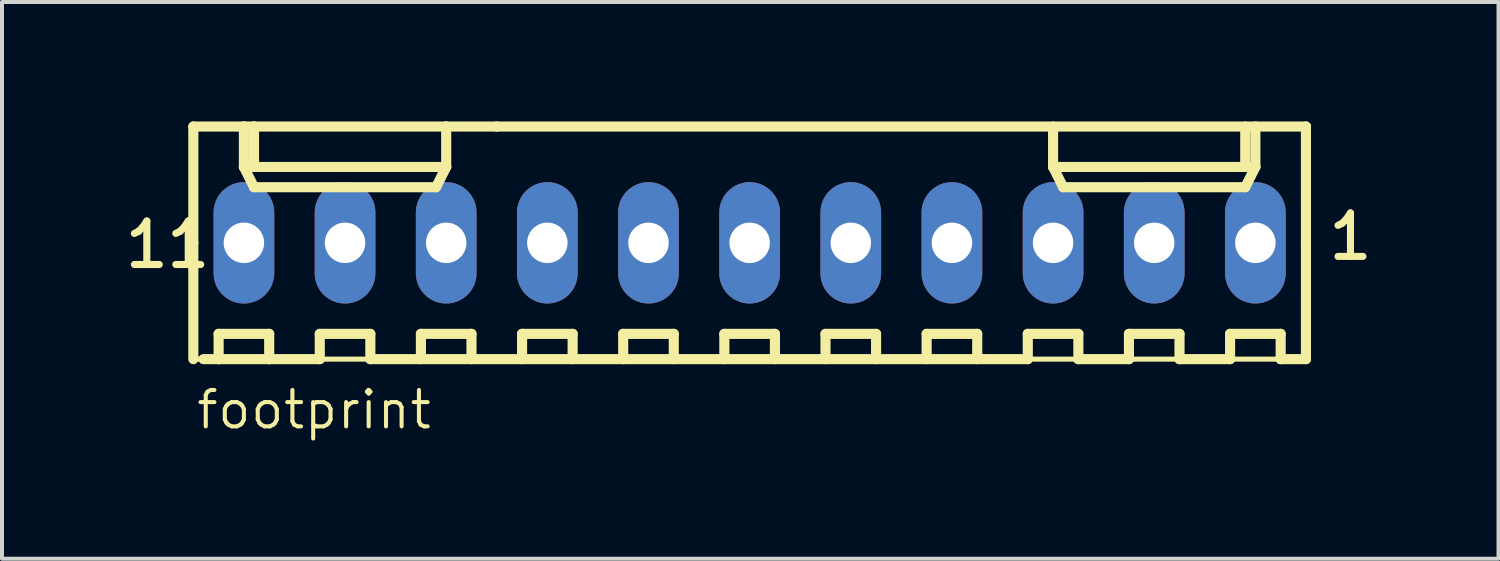
<source format=kicad_pcb>
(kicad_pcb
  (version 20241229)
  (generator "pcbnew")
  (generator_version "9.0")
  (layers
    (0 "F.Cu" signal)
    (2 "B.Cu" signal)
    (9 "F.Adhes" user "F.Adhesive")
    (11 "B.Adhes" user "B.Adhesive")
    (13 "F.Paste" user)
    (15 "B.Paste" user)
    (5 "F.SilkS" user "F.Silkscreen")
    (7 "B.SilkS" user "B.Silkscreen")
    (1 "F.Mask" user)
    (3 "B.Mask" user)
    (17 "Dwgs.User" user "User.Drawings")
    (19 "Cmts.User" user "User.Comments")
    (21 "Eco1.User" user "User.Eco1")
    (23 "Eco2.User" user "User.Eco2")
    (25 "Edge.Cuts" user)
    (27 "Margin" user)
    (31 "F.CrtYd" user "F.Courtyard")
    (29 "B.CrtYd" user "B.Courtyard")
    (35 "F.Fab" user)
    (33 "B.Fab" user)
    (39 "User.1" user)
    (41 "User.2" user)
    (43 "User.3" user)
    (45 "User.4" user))
  (footprint "footprint"
    (layer "F.Cu")
    (at 15.775 3.048)
    (property "Reference" "footprint" (at -13.943 4.726 0) (layer "F.SilkS") (effects (font (size 0.914 0.914) (thickness 0.102)) (justify left bottom)))
    (fp_line (start -13.97 -2.921) (end -12.7 -2.921) (stroke (width 0.254) (type solid)) (layer "F.SilkS"))
    (fp_line (start -13.97 0) (end -13.97 -2.921) (stroke (width 0.254) (type solid)) (layer "F.SilkS"))
    (fp_line (start -13.97 0) (end -13.97 2.921) (stroke (width 0.254) (type solid)) (layer "F.SilkS"))
    (fp_line (start -13.97 2.921) (end -9.017 2.921) (stroke (width 0.127) (type solid)) (layer "F.SilkS"))
    (fp_line (start -13.716 2.921) (end -13.335 2.921) (stroke (width 0.254) (type solid)) (layer "F.SilkS"))
    (fp_line (start -13.335 2.286) (end -12.065 2.286) (stroke (width 0.254) (type solid)) (layer "F.SilkS"))
    (fp_line (start -13.335 2.921) (end -13.335 2.286) (stroke (width 0.254) (type solid)) (layer "F.SilkS"))
    (fp_line (start -12.7 -2.921) (end -12.446 -2.921) (stroke (width 0.254) (type solid)) (layer "F.SilkS"))
    (fp_line (start -12.7 -2.54) (end -12.7 -2.921) (stroke (width 0.127) (type solid)) (layer "F.SilkS"))
    (fp_line (start -12.7 -1.905) (end -12.7 -2.921) (stroke (width 0.254) (type solid)) (layer "F.SilkS"))
    (fp_line (start -12.7 -1.905) (end -12.446 -1.905) (stroke (width 0.254) (type solid)) (layer "F.SilkS"))
    (fp_line (start -12.7 -1.905) (end -12.446 -1.397) (stroke (width 0.254) (type solid)) (layer "F.SilkS"))
    (fp_line (start -12.446 -2.921) (end -12.446 -1.905) (stroke (width 0.254) (type solid)) (layer "F.SilkS"))
    (fp_line (start -12.446 -2.921) (end -7.62 -2.921) (stroke (width 0.254) (type solid)) (layer "F.SilkS"))
    (fp_line (start -12.446 -1.905) (end -7.62 -1.905) (stroke (width 0.254) (type solid)) (layer "F.SilkS"))
    (fp_line (start -12.446 -1.397) (end -7.874 -1.397) (stroke (width 0.254) (type solid)) (layer "F.SilkS"))
    (fp_line (start -12.065 2.286) (end -12.065 2.921) (stroke (width 0.254) (type solid)) (layer "F.SilkS"))
    (fp_line (start -12.065 2.921) (end -13.335 2.921) (stroke (width 0.254) (type solid)) (layer "F.SilkS"))
    (fp_line (start -12.065 2.921) (end -10.795 2.921) (stroke (width 0.254) (type solid)) (layer "F.SilkS"))
    (fp_line (start -10.795 2.286) (end -9.525 2.286) (stroke (width 0.254) (type solid)) (layer "F.SilkS"))
    (fp_line (start -10.795 2.921) (end -10.795 2.286) (stroke (width 0.254) (type solid)) (layer "F.SilkS"))
    (fp_line (start -9.525 2.286) (end -9.525 2.921) (stroke (width 0.254) (type solid)) (layer "F.SilkS"))
    (fp_line (start -9.525 2.921) (end 6.985 2.921) (stroke (width 0.254) (type solid)) (layer "F.SilkS"))
    (fp_line (start -8.255 2.286) (end -6.985 2.286) (stroke (width 0.254) (type solid)) (layer "F.SilkS"))
    (fp_line (start -8.255 2.921) (end -8.255 2.286) (stroke (width 0.254) (type solid)) (layer "F.SilkS"))
    (fp_line (start -7.874 -1.397) (end -7.62 -1.905) (stroke (width 0.254) (type solid)) (layer "F.SilkS"))
    (fp_line (start -7.62 -2.921) (end -6.35 -2.921) (stroke (width 0.254) (type solid)) (layer "F.SilkS"))
    (fp_line (start -7.62 -1.905) (end -7.62 -2.921) (stroke (width 0.254) (type solid)) (layer "F.SilkS"))
    (fp_line (start -6.985 2.286) (end -6.985 2.921) (stroke (width 0.254) (type solid)) (layer "F.SilkS"))
    (fp_line (start -5.715 2.286) (end -4.445 2.286) (stroke (width 0.254) (type solid)) (layer "F.SilkS"))
    (fp_line (start -5.715 2.921) (end -5.715 2.286) (stroke (width 0.254) (type solid)) (layer "F.SilkS"))
    (fp_line (start -4.445 2.286) (end -4.445 2.921) (stroke (width 0.254) (type solid)) (layer "F.SilkS"))
    (fp_line (start -3.175 2.286) (end -1.905 2.286) (stroke (width 0.254) (type solid)) (layer "F.SilkS"))
    (fp_line (start -3.175 2.921) (end -3.175 2.286) (stroke (width 0.254) (type solid)) (layer "F.SilkS"))
    (fp_line (start -1.905 2.286) (end -1.905 2.921) (stroke (width 0.254) (type solid)) (layer "F.SilkS"))
    (fp_line (start -0.635 2.286) (end 0.635 2.286) (stroke (width 0.254) (type solid)) (layer "F.SilkS"))
    (fp_line (start -0.635 2.921) (end -0.635 2.286) (stroke (width 0.254) (type solid)) (layer "F.SilkS"))
    (fp_line (start 0.635 2.286) (end 0.635 2.921) (stroke (width 0.254) (type solid)) (layer "F.SilkS"))
    (fp_line (start 1.905 2.286) (end 3.175 2.286) (stroke (width 0.254) (type solid)) (layer "F.SilkS"))
    (fp_line (start 1.905 2.921) (end 1.905 2.286) (stroke (width 0.254) (type solid)) (layer "F.SilkS"))
    (fp_line (start 3.175 2.286) (end 3.175 2.921) (stroke (width 0.254) (type solid)) (layer "F.SilkS"))
    (fp_line (start 4.445 2.286) (end 5.715 2.286) (stroke (width 0.254) (type solid)) (layer "F.SilkS"))
    (fp_line (start 4.445 2.921) (end 4.445 2.286) (stroke (width 0.254) (type solid)) (layer "F.SilkS"))
    (fp_line (start 5.715 2.286) (end 5.715 2.921) (stroke (width 0.254) (type solid)) (layer "F.SilkS"))
    (fp_line (start 6.985 2.286) (end 8.255 2.286) (stroke (width 0.254) (type solid)) (layer "F.SilkS"))
    (fp_line (start 6.985 2.921) (end 6.985 2.286) (stroke (width 0.254) (type solid)) (layer "F.SilkS"))
    (fp_line (start 7.62 -1.905) (end 7.62 -2.921) (stroke (width 0.254) (type solid)) (layer "F.SilkS"))
    (fp_line (start 7.62 -1.905) (end 7.874 -1.397) (stroke (width 0.254) (type solid)) (layer "F.SilkS"))
    (fp_line (start 7.62 -1.905) (end 12.446 -1.905) (stroke (width 0.254) (type solid)) (layer "F.SilkS"))
    (fp_line (start 7.874 -1.397) (end 12.446 -1.397) (stroke (width 0.254) (type solid)) (layer "F.SilkS"))
    (fp_line (start 8.255 2.286) (end 8.255 2.921) (stroke (width 0.254) (type solid)) (layer "F.SilkS"))
    (fp_line (start 8.255 2.921) (end 9.525 2.921) (stroke (width 0.254) (type solid)) (layer "F.SilkS"))
    (fp_line (start 9.525 2.286) (end 10.795 2.286) (stroke (width 0.254) (type solid)) (layer "F.SilkS"))
    (fp_line (start 9.525 2.921) (end 9.525 2.286) (stroke (width 0.254) (type solid)) (layer "F.SilkS"))
    (fp_line (start 10.795 2.286) (end 10.795 2.921) (stroke (width 0.254) (type solid)) (layer "F.SilkS"))
    (fp_line (start 10.795 2.921) (end 12.065 2.921) (stroke (width 0.254) (type solid)) (layer "F.SilkS"))
    (fp_line (start 12.065 2.286) (end 13.335 2.286) (stroke (width 0.254) (type solid)) (layer "F.SilkS"))
    (fp_line (start 12.065 2.921) (end 12.065 2.286) (stroke (width 0.254) (type solid)) (layer "F.SilkS"))
    (fp_line (start 12.446 -2.921) (end 12.446 -1.905) (stroke (width 0.254) (type solid)) (layer "F.SilkS"))
    (fp_line (start 12.446 -1.905) (end 12.7 -1.905) (stroke (width 0.254) (type solid)) (layer "F.SilkS"))
    (fp_line (start 12.446 -1.397) (end 12.7 -1.905) (stroke (width 0.254) (type solid)) (layer "F.SilkS"))
    (fp_line (start 12.7 -1.905) (end 12.7 -2.921) (stroke (width 0.254) (type solid)) (layer "F.SilkS"))
    (fp_line (start 13.335 2.286) (end 13.335 2.921) (stroke (width 0.254) (type solid)) (layer "F.SilkS"))
    (fp_line (start 13.335 2.921) (end 13.97 2.921) (stroke (width 0.254) (type solid)) (layer "F.SilkS"))
    (fp_line (start 13.97 -2.921) (end -6.35 -2.921) (stroke (width 0.254) (type solid)) (layer "F.SilkS"))
    (fp_line (start 13.97 0) (end 13.97 -2.921) (stroke (width 0.254) (type solid)) (layer "F.SilkS"))
    (fp_line (start 13.97 0) (end 13.97 2.921) (stroke (width 0.254) (type solid)) (layer "F.SilkS"))
    (fp_line (start 13.97 2.921) (end -9.017 2.921) (stroke (width 0.127) (type solid)) (layer "F.SilkS"))
    (fp_poly (pts (xy -12.954 0.254) (xy -12.446 0.254) (xy -12.446 -0.254) (xy -12.954 -0.254)) (stroke (width 0.1) (type solid)) (fill no) (layer "F.Fab"))
    (fp_poly (pts (xy -10.414 0.254) (xy -9.906 0.254) (xy -9.906 -0.254) (xy -10.414 -0.254)) (stroke (width 0.1) (type solid)) (fill no) (layer "F.Fab"))
    (fp_poly (pts (xy -7.874 0.254) (xy -7.366 0.254) (xy -7.366 -0.254) (xy -7.874 -0.254)) (stroke (width 0.1) (type solid)) (fill no) (layer "F.Fab"))
    (fp_poly (pts (xy -5.334 0.254) (xy -4.826 0.254) (xy -4.826 -0.254) (xy -5.334 -0.254)) (stroke (width 0.1) (type solid)) (fill no) (layer "F.Fab"))
    (fp_poly (pts (xy -2.794 0.254) (xy -2.286 0.254) (xy -2.286 -0.254) (xy -2.794 -0.254)) (stroke (width 0.1) (type solid)) (fill no) (layer "F.Fab"))
    (fp_poly (pts (xy -0.254 0.254) (xy 0.254 0.254) (xy 0.254 -0.254) (xy -0.254 -0.254)) (stroke (width 0.1) (type solid)) (fill no) (layer "F.Fab"))
    (fp_poly (pts (xy 2.286 0.254) (xy 2.794 0.254) (xy 2.794 -0.254) (xy 2.286 -0.254)) (stroke (width 0.1) (type solid)) (fill no) (layer "F.Fab"))
    (fp_poly (pts (xy 4.826 0.254) (xy 5.334 0.254) (xy 5.334 -0.254) (xy 4.826 -0.254)) (stroke (width 0.1) (type solid)) (fill no) (layer "F.Fab"))
    (fp_poly (pts (xy 7.366 0.254) (xy 7.874 0.254) (xy 7.874 -0.254) (xy 7.366 -0.254)) (stroke (width 0.1) (type solid)) (fill no) (layer "F.Fab"))
    (fp_poly (pts (xy 9.906 0.254) (xy 10.414 0.254) (xy 10.414 -0.254) (xy 9.906 -0.254)) (stroke (width 0.1) (type solid)) (fill no) (layer "F.Fab"))
    (fp_poly (pts (xy 12.446 0.254) (xy 12.954 0.254) (xy 12.954 -0.254) (xy 12.446 -0.254)) (stroke (width 0.1) (type solid)) (fill no) (layer "F.Fab"))
    (fp_text user "11" (at -15.775 0.687 0) (layer "F.SilkS") (effects (font (size 1.092 1.092) (thickness 0.178)) (justify left bottom)))
    (fp_text user "1" (at 14.451 0.484 0) (layer "F.SilkS") (effects (font (size 1.092 1.092) (thickness 0.178)) (justify left bottom)))
    (pad "1" thru_hole oval (at 12.7 0 90) (size 3.048 1.524) (drill 1.016) (layers "*.Cu" "*.Mask"))
    (pad "2" thru_hole oval (at 10.16 0 90) (size 3.048 1.524) (drill 1.016) (layers "*.Cu" "*.Mask"))
    (pad "3" thru_hole oval (at 7.62 0 90) (size 3.048 1.524) (drill 1.016) (layers "*.Cu" "*.Mask"))
    (pad "4" thru_hole oval (at 5.08 0 90) (size 3.048 1.524) (drill 1.016) (layers "*.Cu" "*.Mask"))
    (pad "5" thru_hole oval (at 2.54 0 90) (size 3.048 1.524) (drill 1.016) (layers "*.Cu" "*.Mask"))
    (pad "6" thru_hole oval (at 0 0 90) (size 3.048 1.524) (drill 1.016) (layers "*.Cu" "*.Mask"))
    (pad "7" thru_hole oval (at -2.54 0 90) (size 3.048 1.524) (drill 1.016) (layers "*.Cu" "*.Mask"))
    (pad "8" thru_hole oval (at -5.08 0 90) (size 3.048 1.524) (drill 1.016) (layers "*.Cu" "*.Mask"))
    (pad "9" thru_hole oval (at -7.62 0 90) (size 3.048 1.524) (drill 1.016) (layers "*.Cu" "*.Mask"))
    (pad "10" thru_hole oval (at -10.16 0 90) (size 3.048 1.524) (drill 1.016) (layers "*.Cu" "*.Mask"))
    (pad "11" thru_hole oval (at -12.7 0 90) (size 3.048 1.524) (drill 1.016) (layers "*.Cu" "*.Mask")))
  (gr_rect
    (start -3 -3)
    (end 34.581 10.981)
    (stroke (width 0.1) (type default))
    (fill no)
    (layer "Edge.Cuts")))
</source>
